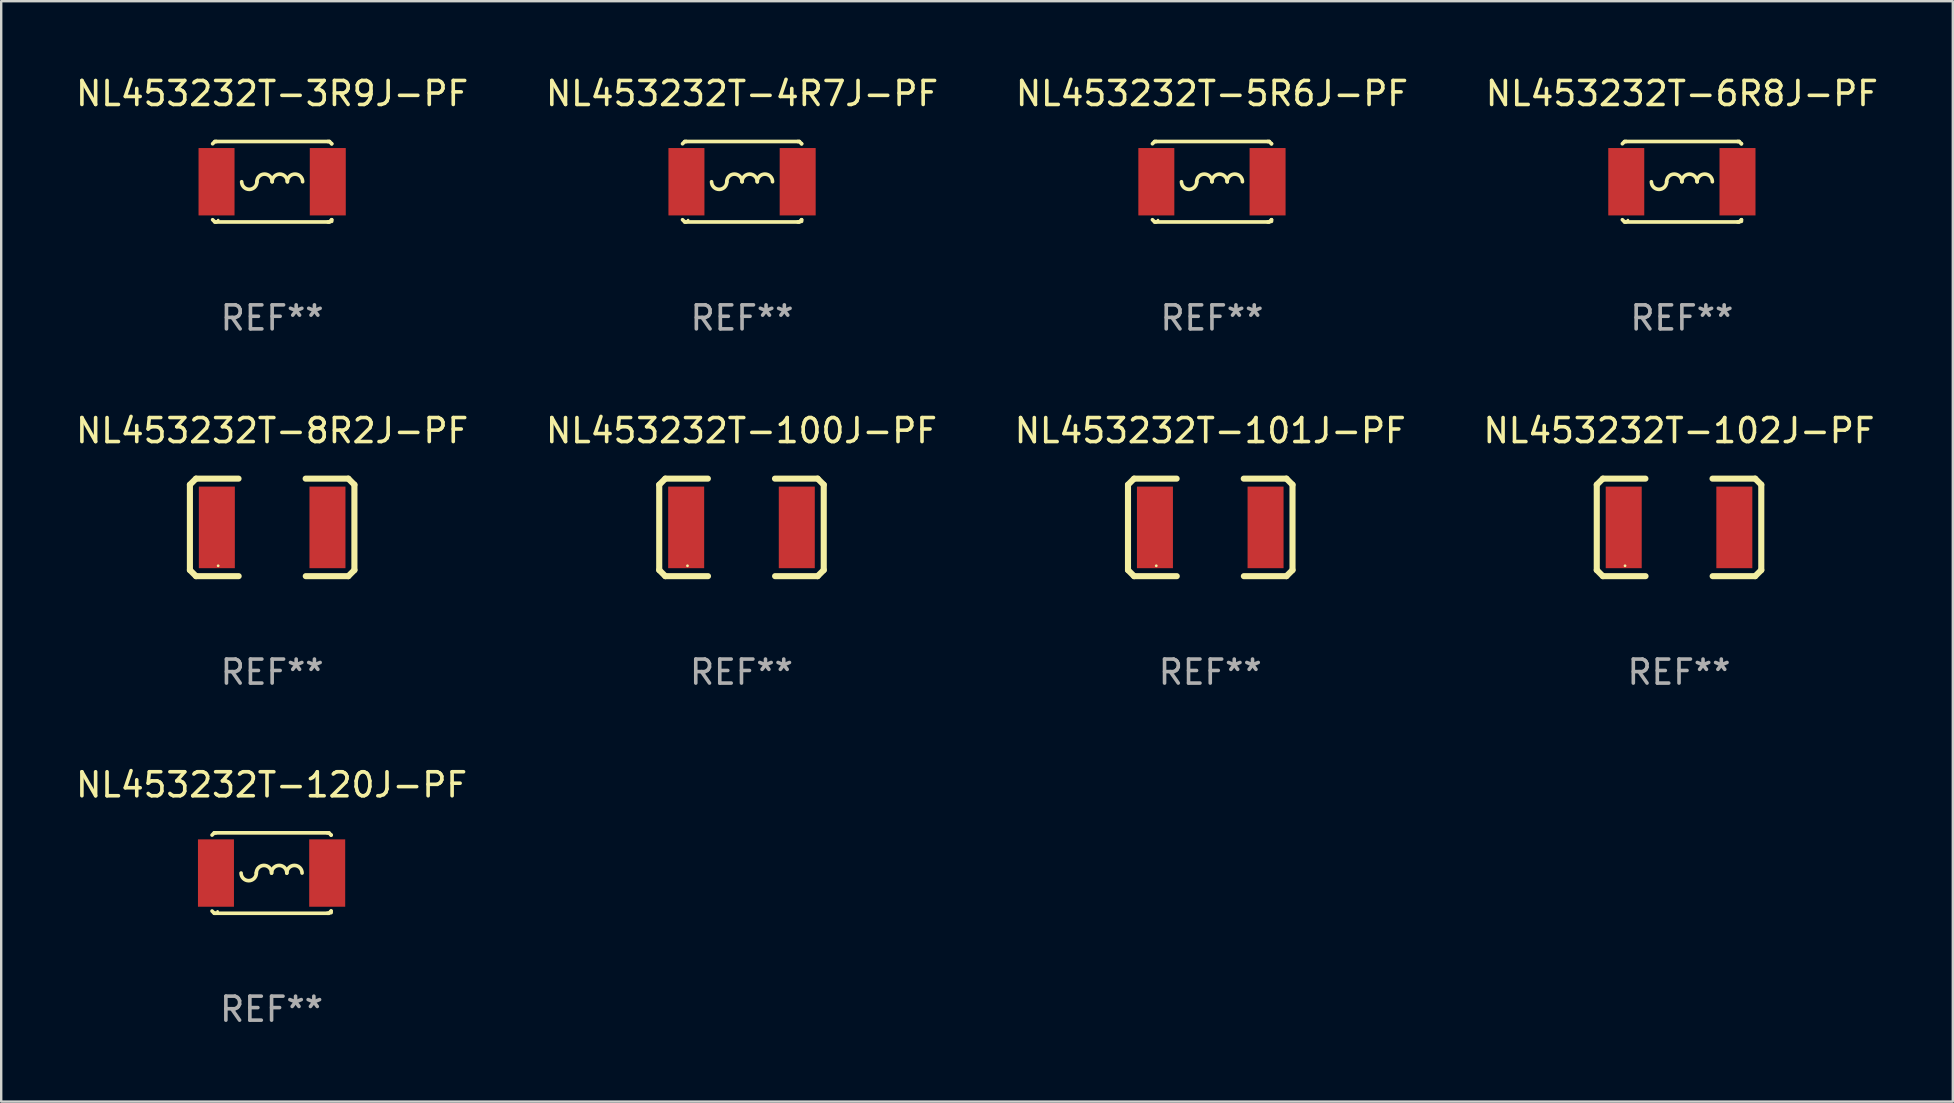
<source format=kicad_pcb>
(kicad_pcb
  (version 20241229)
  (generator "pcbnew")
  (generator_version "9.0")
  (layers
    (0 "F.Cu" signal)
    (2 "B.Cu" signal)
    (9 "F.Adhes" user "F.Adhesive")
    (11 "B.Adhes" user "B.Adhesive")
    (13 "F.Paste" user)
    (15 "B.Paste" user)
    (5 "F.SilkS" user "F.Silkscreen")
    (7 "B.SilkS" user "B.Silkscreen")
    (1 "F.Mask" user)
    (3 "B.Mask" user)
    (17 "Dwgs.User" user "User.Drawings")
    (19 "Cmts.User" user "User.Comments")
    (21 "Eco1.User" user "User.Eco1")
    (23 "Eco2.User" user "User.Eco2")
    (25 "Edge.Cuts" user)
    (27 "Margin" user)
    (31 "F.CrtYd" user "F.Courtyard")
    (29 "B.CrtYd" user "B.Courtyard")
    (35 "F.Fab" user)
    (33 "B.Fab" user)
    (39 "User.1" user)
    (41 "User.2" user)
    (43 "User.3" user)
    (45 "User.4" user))
  (footprint "NL453232T-6R8J-PF"
    (layer "F.Cu")
    (at 67.042 4.524)
    (property "Reference" "NL453232T-6R8J-PF" (at 0 -3.676 0) (layer "F.SilkS") (effects (font (size 1 1) (thickness 0.15))))
    (attr through_hole)
    (fp_line (start -2.388 -1.676) (end -2.481 -1.583) (stroke (width 0.152) (type solid)) (layer "F.SilkS"))
    (fp_line (start -2.388 1.676) (end -2.481 1.583) (stroke (width 0.152) (type solid)) (layer "F.SilkS"))
    (fp_line (start -2.326 -1.676) (end -2.388 -1.676) (stroke (width 0.152) (type solid)) (layer "F.SilkS"))
    (fp_line (start -2.326 1.676) (end -2.388 1.676) (stroke (width 0.152) (type solid)) (layer "F.SilkS"))
    (fp_line (start 2.326 -1.676) (end -2.326 -1.676) (stroke (width 0.152) (type solid)) (layer "F.SilkS"))
    (fp_line (start 2.326 -1.676) (end 2.388 -1.676) (stroke (width 0.152) (type solid)) (layer "F.SilkS"))
    (fp_line (start 2.326 1.676) (end -2.326 1.676) (stroke (width 0.152) (type solid)) (layer "F.SilkS"))
    (fp_line (start 2.326 1.676) (end 2.388 1.676) (stroke (width 0.152) (type solid)) (layer "F.SilkS"))
    (fp_line (start 2.388 -1.676) (end 2.481 -1.583) (stroke (width 0.152) (type solid)) (layer "F.SilkS"))
    (fp_line (start 2.388 1.676) (end 2.481 1.583) (stroke (width 0.152) (type solid)) (layer "F.SilkS"))
    (fp_line (start 2.481 -1.583) (end 2.481 -1.584) (stroke (width 0.152) (type solid)) (layer "F.SilkS"))
    (fp_line (start 2.481 1.584) (end 2.481 1.651) (stroke (width 0.152) (type solid)) (layer "F.SilkS"))
    (fp_arc (start -0.636018 0) (mid -0.318009 -0.318009) (end 0 0) (stroke (width 0.151994) (type solid)) (layer "F.SilkS"))
    (fp_arc (start -0.635001 0) (mid -0.95301 0.318009) (end -1.271019 0) (stroke (width 0.151994) (type solid)) (layer "F.SilkS"))
    (fp_arc (start -0.001015 0) (mid 0.316993 -0.318008) (end 0.635001 0) (stroke (width 0.151994) (type solid)) (layer "F.SilkS"))
    (fp_arc (start 0.633985 0) (mid 0.951994 -0.318009) (end 1.270003 0) (stroke (width 0.151994) (type solid)) (layer "F.SilkS"))
    (fp_circle (center -2.25 1.6) (end -2.22 1.6) (stroke (width 0.06) (type solid)) (fill no) (layer "F.SilkS"))
    (fp_text user "REF**" (at 0 5.676 0) (layer "F.Fab") (effects (font (size 1 1) (thickness 0.15))))
    (pad "1" smd rect (at -2.318 0) (size 1.5 2.808) (layers "F.Cu" "F.Mask" "F.Paste"))
    (pad "2" smd rect (at 2.318 0) (size 1.5 2.808) (layers "F.Cu" "F.Mask" "F.Paste")))
  (footprint "NL453232T-4R7J-PF"
    (layer "F.Cu")
    (at 27.875 4.524)
    (property "Reference" "NL453232T-4R7J-PF" (at 0 -3.676 0) (layer "F.SilkS") (effects (font (size 1 1) (thickness 0.15))))
    (attr through_hole)
    (fp_line (start -2.388 -1.676) (end -2.481 -1.583) (stroke (width 0.152) (type solid)) (layer "F.SilkS"))
    (fp_line (start -2.388 1.676) (end -2.481 1.583) (stroke (width 0.152) (type solid)) (layer "F.SilkS"))
    (fp_line (start -2.326 -1.676) (end -2.388 -1.676) (stroke (width 0.152) (type solid)) (layer "F.SilkS"))
    (fp_line (start -2.326 1.676) (end -2.388 1.676) (stroke (width 0.152) (type solid)) (layer "F.SilkS"))
    (fp_line (start 2.326 -1.676) (end -2.326 -1.676) (stroke (width 0.152) (type solid)) (layer "F.SilkS"))
    (fp_line (start 2.326 -1.676) (end 2.388 -1.676) (stroke (width 0.152) (type solid)) (layer "F.SilkS"))
    (fp_line (start 2.326 1.676) (end -2.326 1.676) (stroke (width 0.152) (type solid)) (layer "F.SilkS"))
    (fp_line (start 2.326 1.676) (end 2.388 1.676) (stroke (width 0.152) (type solid)) (layer "F.SilkS"))
    (fp_line (start 2.388 -1.676) (end 2.481 -1.583) (stroke (width 0.152) (type solid)) (layer "F.SilkS"))
    (fp_line (start 2.388 1.676) (end 2.481 1.583) (stroke (width 0.152) (type solid)) (layer "F.SilkS"))
    (fp_line (start 2.481 -1.583) (end 2.481 -1.584) (stroke (width 0.152) (type solid)) (layer "F.SilkS"))
    (fp_line (start 2.481 1.584) (end 2.481 1.651) (stroke (width 0.152) (type solid)) (layer "F.SilkS"))
    (fp_arc (start -0.636018 0) (mid -0.318009 -0.318009) (end 0 0) (stroke (width 0.151994) (type solid)) (layer "F.SilkS"))
    (fp_arc (start -0.635001 0) (mid -0.95301 0.318009) (end -1.271019 0) (stroke (width 0.151994) (type solid)) (layer "F.SilkS"))
    (fp_arc (start -0.001015 0) (mid 0.316993 -0.318008) (end 0.635001 0) (stroke (width 0.151994) (type solid)) (layer "F.SilkS"))
    (fp_arc (start 0.633985 0) (mid 0.951994 -0.318009) (end 1.270003 0) (stroke (width 0.151994) (type solid)) (layer "F.SilkS"))
    (fp_circle (center -2.25 1.6) (end -2.22 1.6) (stroke (width 0.06) (type solid)) (fill no) (layer "F.SilkS"))
    (fp_text user "REF**" (at 0 5.676 0) (layer "F.Fab") (effects (font (size 1 1) (thickness 0.15))))
    (pad "1" smd rect (at -2.318 0) (size 1.5 2.808) (layers "F.Cu" "F.Mask" "F.Paste"))
    (pad "2" smd rect (at 2.318 0) (size 1.5 2.808) (layers "F.Cu" "F.Mask" "F.Paste")))
  (footprint "NL453232T-5R6J-PF"
    (layer "F.Cu")
    (at 47.458 4.524)
    (property "Reference" "NL453232T-5R6J-PF" (at 0 -3.676 0) (layer "F.SilkS") (effects (font (size 1 1) (thickness 0.15))))
    (attr through_hole)
    (fp_line (start -2.388 -1.676) (end -2.481 -1.583) (stroke (width 0.152) (type solid)) (layer "F.SilkS"))
    (fp_line (start -2.388 1.676) (end -2.481 1.583) (stroke (width 0.152) (type solid)) (layer "F.SilkS"))
    (fp_line (start -2.326 -1.676) (end -2.388 -1.676) (stroke (width 0.152) (type solid)) (layer "F.SilkS"))
    (fp_line (start -2.326 1.676) (end -2.388 1.676) (stroke (width 0.152) (type solid)) (layer "F.SilkS"))
    (fp_line (start 2.326 -1.676) (end -2.326 -1.676) (stroke (width 0.152) (type solid)) (layer "F.SilkS"))
    (fp_line (start 2.326 -1.676) (end 2.388 -1.676) (stroke (width 0.152) (type solid)) (layer "F.SilkS"))
    (fp_line (start 2.326 1.676) (end -2.326 1.676) (stroke (width 0.152) (type solid)) (layer "F.SilkS"))
    (fp_line (start 2.326 1.676) (end 2.388 1.676) (stroke (width 0.152) (type solid)) (layer "F.SilkS"))
    (fp_line (start 2.388 -1.676) (end 2.481 -1.583) (stroke (width 0.152) (type solid)) (layer "F.SilkS"))
    (fp_line (start 2.388 1.676) (end 2.481 1.583) (stroke (width 0.152) (type solid)) (layer "F.SilkS"))
    (fp_line (start 2.481 -1.583) (end 2.481 -1.584) (stroke (width 0.152) (type solid)) (layer "F.SilkS"))
    (fp_line (start 2.481 1.584) (end 2.481 1.651) (stroke (width 0.152) (type solid)) (layer "F.SilkS"))
    (fp_arc (start -0.636018 0) (mid -0.318009 -0.318009) (end 0 0) (stroke (width 0.151994) (type solid)) (layer "F.SilkS"))
    (fp_arc (start -0.635001 0) (mid -0.95301 0.318009) (end -1.271019 0) (stroke (width 0.151994) (type solid)) (layer "F.SilkS"))
    (fp_arc (start -0.001015 0) (mid 0.316993 -0.318008) (end 0.635001 0) (stroke (width 0.151994) (type solid)) (layer "F.SilkS"))
    (fp_arc (start 0.633985 0) (mid 0.951994 -0.318009) (end 1.270003 0) (stroke (width 0.151994) (type solid)) (layer "F.SilkS"))
    (fp_circle (center -2.25 1.6) (end -2.22 1.6) (stroke (width 0.06) (type solid)) (fill no) (layer "F.SilkS"))
    (fp_text user "REF**" (at 0 5.676 0) (layer "F.Fab") (effects (font (size 1 1) (thickness 0.15))))
    (pad "1" smd rect (at -2.318 0) (size 1.5 2.808) (layers "F.Cu" "F.Mask" "F.Paste"))
    (pad "2" smd rect (at 2.318 0) (size 1.5 2.808) (layers "F.Cu" "F.Mask" "F.Paste")))
  (footprint "NL453232T-101J-PF"
    (layer "F.Cu")
    (at 47.387 18.929)
    (property "Reference" "NL453232T-101J-PF" (at 0 -4.032 0) (layer "F.SilkS") (effects (font (size 1 1) (thickness 0.15))))
    (attr through_hole)
    (fp_line (start -3.428 -1.778) (end -3.174 -2.032) (stroke (width 0.254) (type solid)) (layer "F.SilkS"))
    (fp_line (start -3.428 1.778) (end -3.428 -1.778) (stroke (width 0.254) (type solid)) (layer "F.SilkS"))
    (fp_line (start -3.174 -2.032) (end -1.401 -2.032) (stroke (width 0.254) (type solid)) (layer "F.SilkS"))
    (fp_line (start -3.174 2.032) (end -3.428 1.778) (stroke (width 0.254) (type solid)) (layer "F.SilkS"))
    (fp_line (start -1.396 2.032) (end -3.174 2.032) (stroke (width 0.254) (type solid)) (layer "F.SilkS"))
    (fp_line (start 1.396 -2.032) (end 3.174 -2.032) (stroke (width 0.254) (type solid)) (layer "F.SilkS"))
    (fp_line (start 3.174 -2.032) (end 3.428 -1.778) (stroke (width 0.254) (type solid)) (layer "F.SilkS"))
    (fp_line (start 3.174 2.032) (end 1.401 2.032) (stroke (width 0.254) (type solid)) (layer "F.SilkS"))
    (fp_line (start 3.428 -1.778) (end 3.428 1.778) (stroke (width 0.254) (type solid)) (layer "F.SilkS"))
    (fp_line (start 3.428 1.778) (end 3.174 2.032) (stroke (width 0.254) (type solid)) (layer "F.SilkS"))
    (fp_circle (center -2.25 1.6) (end -2.22 1.6) (stroke (width 0.06) (type solid)) (fill no) (layer "F.SilkS"))
    (fp_text user "REF**" (at 0 6.032 0) (layer "F.Fab") (effects (font (size 1 1) (thickness 0.15))))
    (pad "1" smd rect (at -2.305 0) (size 1.5 3.4) (layers "F.Cu" "F.Mask" "F.Paste"))
    (pad "2" smd rect (at 2.305 0) (size 1.5 3.4) (layers "F.Cu" "F.Mask" "F.Paste")))
  (footprint "NL453232T-100J-PF"
    (layer "F.Cu")
    (at 27.851 18.929)
    (property "Reference" "NL453232T-100J-PF" (at 0 -4.032 0) (layer "F.SilkS") (effects (font (size 1 1) (thickness 0.15))))
    (attr through_hole)
    (fp_line (start -3.428 -1.778) (end -3.174 -2.032) (stroke (width 0.254) (type solid)) (layer "F.SilkS"))
    (fp_line (start -3.428 1.778) (end -3.428 -1.778) (stroke (width 0.254) (type solid)) (layer "F.SilkS"))
    (fp_line (start -3.174 -2.032) (end -1.401 -2.032) (stroke (width 0.254) (type solid)) (layer "F.SilkS"))
    (fp_line (start -3.174 2.032) (end -3.428 1.778) (stroke (width 0.254) (type solid)) (layer "F.SilkS"))
    (fp_line (start -1.396 2.032) (end -3.174 2.032) (stroke (width 0.254) (type solid)) (layer "F.SilkS"))
    (fp_line (start 1.396 -2.032) (end 3.174 -2.032) (stroke (width 0.254) (type solid)) (layer "F.SilkS"))
    (fp_line (start 3.174 -2.032) (end 3.428 -1.778) (stroke (width 0.254) (type solid)) (layer "F.SilkS"))
    (fp_line (start 3.174 2.032) (end 1.401 2.032) (stroke (width 0.254) (type solid)) (layer "F.SilkS"))
    (fp_line (start 3.428 -1.778) (end 3.428 1.778) (stroke (width 0.254) (type solid)) (layer "F.SilkS"))
    (fp_line (start 3.428 1.778) (end 3.174 2.032) (stroke (width 0.254) (type solid)) (layer "F.SilkS"))
    (fp_circle (center -2.25 1.6) (end -2.22 1.6) (stroke (width 0.06) (type solid)) (fill no) (layer "F.SilkS"))
    (fp_text user "REF**" (at 0 6.032 0) (layer "F.Fab") (effects (font (size 1 1) (thickness 0.15))))
    (pad "1" smd rect (at -2.305 0) (size 1.5 3.4) (layers "F.Cu" "F.Mask" "F.Paste"))
    (pad "2" smd rect (at 2.305 0) (size 1.5 3.4) (layers "F.Cu" "F.Mask" "F.Paste")))
  (footprint "NL453232T-120J-PF"
    (layer "F.Cu")
    (at 8.268 33.334)
    (property "Reference" "NL453232T-120J-PF" (at 0 -3.676 0) (layer "F.SilkS") (effects (font (size 1 1) (thickness 0.15))))
    (attr through_hole)
    (fp_line (start -2.388 -1.676) (end -2.481 -1.583) (stroke (width 0.152) (type solid)) (layer "F.SilkS"))
    (fp_line (start -2.388 1.676) (end -2.481 1.583) (stroke (width 0.152) (type solid)) (layer "F.SilkS"))
    (fp_line (start -2.326 -1.676) (end -2.388 -1.676) (stroke (width 0.152) (type solid)) (layer "F.SilkS"))
    (fp_line (start -2.326 1.676) (end -2.388 1.676) (stroke (width 0.152) (type solid)) (layer "F.SilkS"))
    (fp_line (start 2.326 -1.676) (end -2.326 -1.676) (stroke (width 0.152) (type solid)) (layer "F.SilkS"))
    (fp_line (start 2.326 -1.676) (end 2.388 -1.676) (stroke (width 0.152) (type solid)) (layer "F.SilkS"))
    (fp_line (start 2.326 1.676) (end -2.326 1.676) (stroke (width 0.152) (type solid)) (layer "F.SilkS"))
    (fp_line (start 2.326 1.676) (end 2.388 1.676) (stroke (width 0.152) (type solid)) (layer "F.SilkS"))
    (fp_line (start 2.388 -1.676) (end 2.481 -1.583) (stroke (width 0.152) (type solid)) (layer "F.SilkS"))
    (fp_line (start 2.388 1.676) (end 2.481 1.583) (stroke (width 0.152) (type solid)) (layer "F.SilkS"))
    (fp_line (start 2.481 -1.583) (end 2.481 -1.584) (stroke (width 0.152) (type solid)) (layer "F.SilkS"))
    (fp_line (start 2.481 1.584) (end 2.481 1.651) (stroke (width 0.152) (type solid)) (layer "F.SilkS"))
    (fp_arc (start -0.636018 0) (mid -0.318009 -0.318009) (end 0 0) (stroke (width 0.151994) (type solid)) (layer "F.SilkS"))
    (fp_arc (start -0.635001 0) (mid -0.95301 0.318009) (end -1.271019 0) (stroke (width 0.151994) (type solid)) (layer "F.SilkS"))
    (fp_arc (start -0.001015 0) (mid 0.316993 -0.318008) (end 0.635001 0) (stroke (width 0.151994) (type solid)) (layer "F.SilkS"))
    (fp_arc (start 0.633985 0) (mid 0.951994 -0.318009) (end 1.270003 0) (stroke (width 0.151994) (type solid)) (layer "F.SilkS"))
    (fp_circle (center -2.25 1.6) (end -2.22 1.6) (stroke (width 0.06) (type solid)) (fill no) (layer "F.SilkS"))
    (fp_text user "REF**" (at 0 5.676 0) (layer "F.Fab") (effects (font (size 1 1) (thickness 0.15))))
    (pad "1" smd rect (at -2.318 0) (size 1.5 2.808) (layers "F.Cu" "F.Mask" "F.Paste"))
    (pad "2" smd rect (at 2.318 0) (size 1.5 2.808) (layers "F.Cu" "F.Mask" "F.Paste")))
  (footprint "NL453232T-8R2J-PF"
    (layer "F.Cu")
    (at 8.292 18.929)
    (property "Reference" "NL453232T-8R2J-PF" (at 0 -4.032 0) (layer "F.SilkS") (effects (font (size 1 1) (thickness 0.15))))
    (attr through_hole)
    (fp_line (start -3.428 -1.778) (end -3.174 -2.032) (stroke (width 0.254) (type solid)) (layer "F.SilkS"))
    (fp_line (start -3.428 1.778) (end -3.428 -1.778) (stroke (width 0.254) (type solid)) (layer "F.SilkS"))
    (fp_line (start -3.174 -2.032) (end -1.401 -2.032) (stroke (width 0.254) (type solid)) (layer "F.SilkS"))
    (fp_line (start -3.174 2.032) (end -3.428 1.778) (stroke (width 0.254) (type solid)) (layer "F.SilkS"))
    (fp_line (start -1.396 2.032) (end -3.174 2.032) (stroke (width 0.254) (type solid)) (layer "F.SilkS"))
    (fp_line (start 1.396 -2.032) (end 3.174 -2.032) (stroke (width 0.254) (type solid)) (layer "F.SilkS"))
    (fp_line (start 3.174 -2.032) (end 3.428 -1.778) (stroke (width 0.254) (type solid)) (layer "F.SilkS"))
    (fp_line (start 3.174 2.032) (end 1.401 2.032) (stroke (width 0.254) (type solid)) (layer "F.SilkS"))
    (fp_line (start 3.428 -1.778) (end 3.428 1.778) (stroke (width 0.254) (type solid)) (layer "F.SilkS"))
    (fp_line (start 3.428 1.778) (end 3.174 2.032) (stroke (width 0.254) (type solid)) (layer "F.SilkS"))
    (fp_circle (center -2.25 1.6) (end -2.22 1.6) (stroke (width 0.06) (type solid)) (fill no) (layer "F.SilkS"))
    (fp_text user "REF**" (at 0 6.032 0) (layer "F.Fab") (effects (font (size 1 1) (thickness 0.15))))
    (pad "1" smd rect (at -2.305 0) (size 1.5 3.4) (layers "F.Cu" "F.Mask" "F.Paste"))
    (pad "2" smd rect (at 2.305 0) (size 1.5 3.4) (layers "F.Cu" "F.Mask" "F.Paste")))
  (footprint "NL453232T-102J-PF"
    (layer "F.Cu")
    (at 66.923 18.929)
    (property "Reference" "NL453232T-102J-PF" (at 0 -4.032 0) (layer "F.SilkS") (effects (font (size 1 1) (thickness 0.15))))
    (attr through_hole)
    (fp_line (start -3.428 -1.778) (end -3.174 -2.032) (stroke (width 0.254) (type solid)) (layer "F.SilkS"))
    (fp_line (start -3.428 1.778) (end -3.428 -1.778) (stroke (width 0.254) (type solid)) (layer "F.SilkS"))
    (fp_line (start -3.174 -2.032) (end -1.401 -2.032) (stroke (width 0.254) (type solid)) (layer "F.SilkS"))
    (fp_line (start -3.174 2.032) (end -3.428 1.778) (stroke (width 0.254) (type solid)) (layer "F.SilkS"))
    (fp_line (start -1.396 2.032) (end -3.174 2.032) (stroke (width 0.254) (type solid)) (layer "F.SilkS"))
    (fp_line (start 1.396 -2.032) (end 3.174 -2.032) (stroke (width 0.254) (type solid)) (layer "F.SilkS"))
    (fp_line (start 3.174 -2.032) (end 3.428 -1.778) (stroke (width 0.254) (type solid)) (layer "F.SilkS"))
    (fp_line (start 3.174 2.032) (end 1.401 2.032) (stroke (width 0.254) (type solid)) (layer "F.SilkS"))
    (fp_line (start 3.428 -1.778) (end 3.428 1.778) (stroke (width 0.254) (type solid)) (layer "F.SilkS"))
    (fp_line (start 3.428 1.778) (end 3.174 2.032) (stroke (width 0.254) (type solid)) (layer "F.SilkS"))
    (fp_circle (center -2.25 1.6) (end -2.22 1.6) (stroke (width 0.06) (type solid)) (fill no) (layer "F.SilkS"))
    (fp_text user "REF**" (at 0 6.032 0) (layer "F.Fab") (effects (font (size 1 1) (thickness 0.15))))
    (pad "1" smd rect (at -2.305 0) (size 1.5 3.4) (layers "F.Cu" "F.Mask" "F.Paste"))
    (pad "2" smd rect (at 2.305 0) (size 1.5 3.4) (layers "F.Cu" "F.Mask" "F.Paste")))
  (footprint "NL453232T-3R9J-PF"
    (layer "F.Cu")
    (at 8.292 4.524)
    (property "Reference" "NL453232T-3R9J-PF" (at 0 -3.676 0) (layer "F.SilkS") (effects (font (size 1 1) (thickness 0.15))))
    (attr through_hole)
    (fp_line (start -2.388 -1.676) (end -2.481 -1.583) (stroke (width 0.152) (type solid)) (layer "F.SilkS"))
    (fp_line (start -2.388 1.676) (end -2.481 1.583) (stroke (width 0.152) (type solid)) (layer "F.SilkS"))
    (fp_line (start -2.326 -1.676) (end -2.388 -1.676) (stroke (width 0.152) (type solid)) (layer "F.SilkS"))
    (fp_line (start -2.326 1.676) (end -2.388 1.676) (stroke (width 0.152) (type solid)) (layer "F.SilkS"))
    (fp_line (start 2.326 -1.676) (end -2.326 -1.676) (stroke (width 0.152) (type solid)) (layer "F.SilkS"))
    (fp_line (start 2.326 -1.676) (end 2.388 -1.676) (stroke (width 0.152) (type solid)) (layer "F.SilkS"))
    (fp_line (start 2.326 1.676) (end -2.326 1.676) (stroke (width 0.152) (type solid)) (layer "F.SilkS"))
    (fp_line (start 2.326 1.676) (end 2.388 1.676) (stroke (width 0.152) (type solid)) (layer "F.SilkS"))
    (fp_line (start 2.388 -1.676) (end 2.481 -1.583) (stroke (width 0.152) (type solid)) (layer "F.SilkS"))
    (fp_line (start 2.388 1.676) (end 2.481 1.583) (stroke (width 0.152) (type solid)) (layer "F.SilkS"))
    (fp_line (start 2.481 -1.583) (end 2.481 -1.584) (stroke (width 0.152) (type solid)) (layer "F.SilkS"))
    (fp_line (start 2.481 1.584) (end 2.481 1.651) (stroke (width 0.152) (type solid)) (layer "F.SilkS"))
    (fp_arc (start -0.636018 0) (mid -0.318009 -0.318009) (end 0 0) (stroke (width 0.151994) (type solid)) (layer "F.SilkS"))
    (fp_arc (start -0.635001 0) (mid -0.95301 0.318009) (end -1.271019 0) (stroke (width 0.151994) (type solid)) (layer "F.SilkS"))
    (fp_arc (start -0.001015 0) (mid 0.316993 -0.318008) (end 0.635001 0) (stroke (width 0.151994) (type solid)) (layer "F.SilkS"))
    (fp_arc (start 0.633985 0) (mid 0.951994 -0.318009) (end 1.270003 0) (stroke (width 0.151994) (type solid)) (layer "F.SilkS"))
    (fp_circle (center -2.25 1.6) (end -2.22 1.6) (stroke (width 0.06) (type solid)) (fill no) (layer "F.SilkS"))
    (fp_text user "REF**" (at 0 5.676 0) (layer "F.Fab") (effects (font (size 1 1) (thickness 0.15))))
    (pad "1" smd rect (at -2.318 0) (size 1.5 2.808) (layers "F.Cu" "F.Mask" "F.Paste"))
    (pad "2" smd rect (at 2.318 0) (size 1.5 2.808) (layers "F.Cu" "F.Mask" "F.Paste")))
  (gr_rect
    (start -3 -3)
    (end 78.333 42.858)
    (stroke (width 0.1) (type default))
    (fill no)
    (layer "Edge.Cuts")))
</source>
